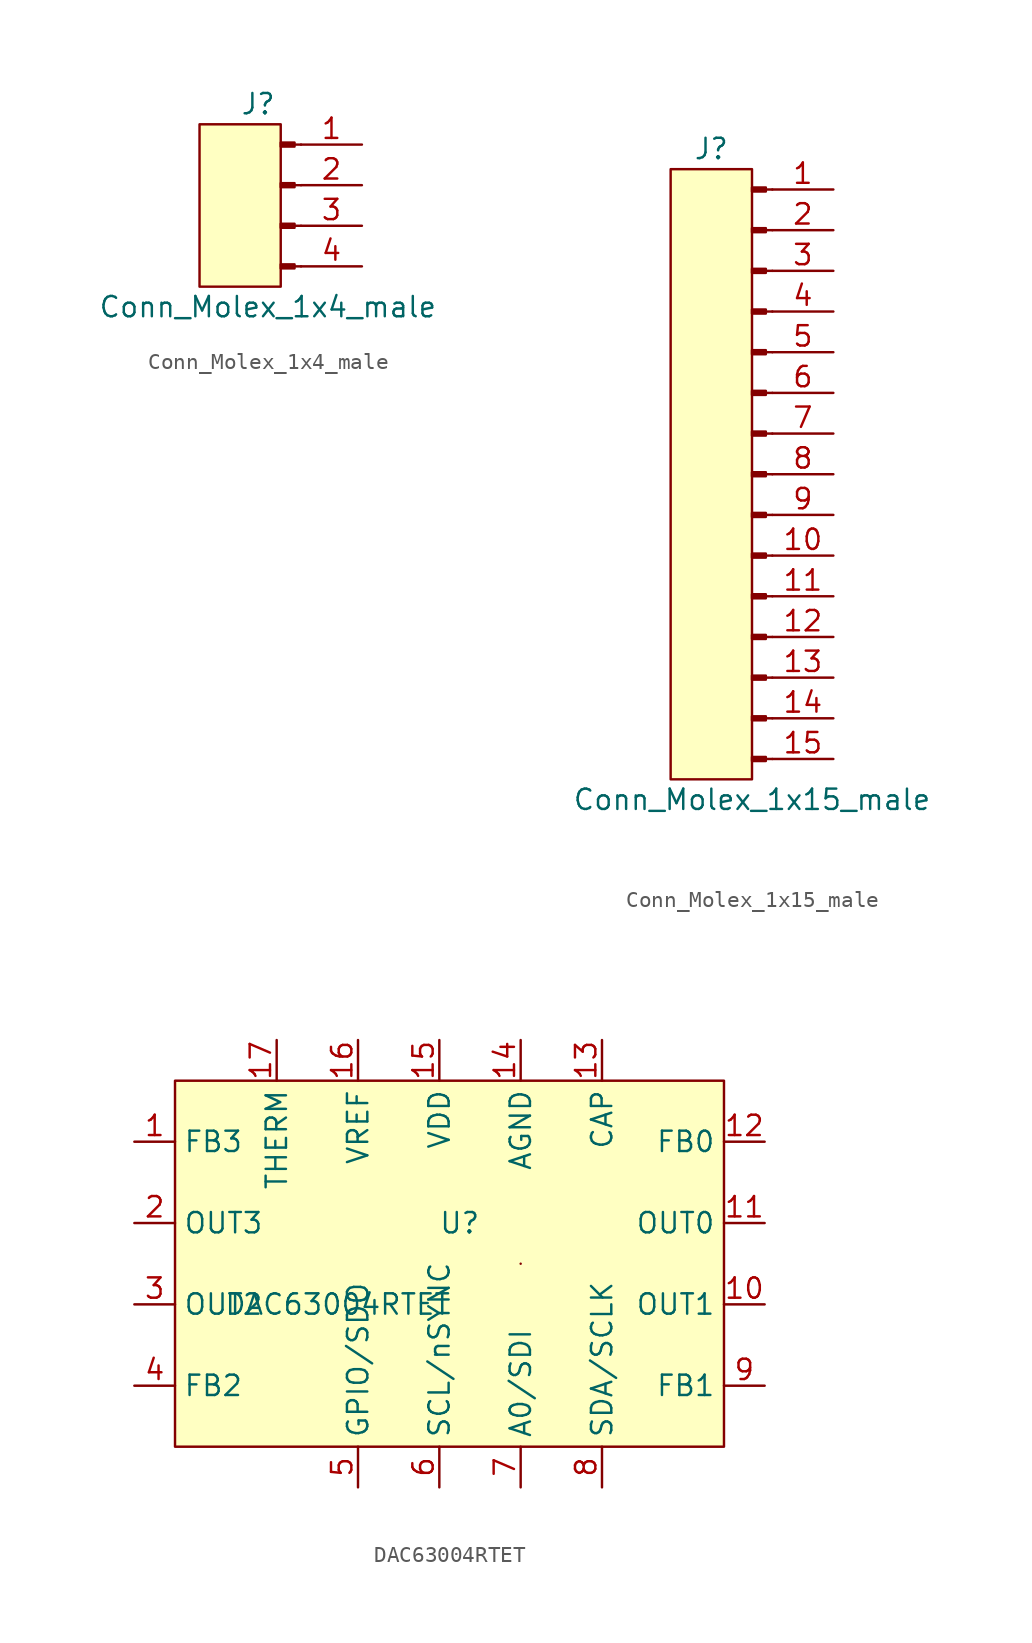
<source format=kicad_sym>
(kicad_symbol_lib
  (version 20220914)
  (generator kicad_symbol_editor)
  (symbol "Conn_Molex_1x4_male"
    (pin_names
      (offset 0.762))
    (property "Reference" "J"
      (at -2.54 6.35 0)
      (effects (font (size 1.27 1.27)) (justify left)))
    (property "Value" "Conn_Molex_1x4_male"
      (at -11.43 -6.35 0)
      (effects (font (size 1.27 1.27)) (justify left)))
    (symbol "Conn_Molex_1x4_male_0_1"
      (rectangle (start -5.08 5.08) (end 0 -5.08) (stroke (width 0.152) (type solid)) (fill (type background))))
    (symbol "Conn_Molex_1x4_male_1_1"
      (polyline (pts (xy 1.27 -3.81) (xy 0.864 -3.81)) (stroke (width 0.152) (type solid)) (fill (type none)))
      (polyline (pts (xy 1.27 -1.27) (xy 0.864 -1.27)) (stroke (width 0.152) (type solid)) (fill (type none)))
      (polyline (pts (xy 1.27 1.27) (xy 0.864 1.27)) (stroke (width 0.152) (type solid)) (fill (type none)))
      (polyline (pts (xy 1.27 3.81) (xy 0.864 3.81)) (stroke (width 0.152) (type solid)) (fill (type none)))
      (rectangle (start 0.864 -3.683) (end 0 -3.937) (stroke (width 0.152) (type solid)) (fill (type outline)))
      (rectangle (start 0.864 -1.143) (end 0 -1.397) (stroke (width 0.152) (type solid)) (fill (type outline)))
      (rectangle (start 0.864 1.397) (end 0 1.143) (stroke (width 0.152) (type solid)) (fill (type outline)))
      (rectangle (start 0.864 3.937) (end 0 3.683) (stroke (width 0.152) (type solid)) (fill (type outline)))
      (pin passive line (at 5.08 3.81 180) (length 3.81) (name "~" (effects (font (size 1.27 1.27)))) (number "1" (effects (font (size 1.27 1.27)))))
      (pin passive line (at 5.08 1.27 180) (length 3.81) (name "~" (effects (font (size 1.27 1.27)))) (number "2" (effects (font (size 1.27 1.27)))))
      (pin passive line (at 5.08 -1.27 180) (length 3.81) (name "~" (effects (font (size 1.27 1.27)))) (number "3" (effects (font (size 1.27 1.27)))))
      (pin passive line (at 5.08 -3.81 180) (length 3.81) (name "~" (effects (font (size 1.27 1.27)))) (number "4" (effects (font (size 1.27 1.27)))))))
  (symbol "Conn_Molex_1x15_male"
    (pin_names
      (offset 1.016) hide)
    (property "Reference" "J"
      (at -2.54 20.32 0)
      (effects (font (size 1.27 1.27))))
    (property "Value" "Conn_Molex_1x15_male"
      (at 0 -20.32 0)
      (effects (font (size 1.27 1.27))))
    (symbol "Conn_Molex_1x15_male_0_1"
      (rectangle (start -5.08 19.05) (end 0 -19.05) (stroke (width 0.152) (type solid)) (fill (type background))))
    (symbol "Conn_Molex_1x15_male_1_1"
      (polyline (pts (xy 1.27 -17.78) (xy 0.864 -17.78)) (stroke (width 0.152) (type solid)) (fill (type none)))
      (polyline (pts (xy 1.27 -15.24) (xy 0.864 -15.24)) (stroke (width 0.152) (type solid)) (fill (type none)))
      (polyline (pts (xy 1.27 -12.7) (xy 0.864 -12.7)) (stroke (width 0.152) (type solid)) (fill (type none)))
      (polyline (pts (xy 1.27 -10.16) (xy 0.864 -10.16)) (stroke (width 0.152) (type solid)) (fill (type none)))
      (polyline (pts (xy 1.27 -7.62) (xy 0.864 -7.62)) (stroke (width 0.152) (type solid)) (fill (type none)))
      (polyline (pts (xy 1.27 -5.08) (xy 0.864 -5.08)) (stroke (width 0.152) (type solid)) (fill (type none)))
      (polyline (pts (xy 1.27 -2.54) (xy 0.864 -2.54)) (stroke (width 0.152) (type solid)) (fill (type none)))
      (polyline (pts (xy 1.27 0) (xy 0.864 0)) (stroke (width 0.152) (type solid)) (fill (type none)))
      (polyline (pts (xy 1.27 2.54) (xy 0.864 2.54)) (stroke (width 0.152) (type solid)) (fill (type none)))
      (polyline (pts (xy 1.27 5.08) (xy 0.864 5.08)) (stroke (width 0.152) (type solid)) (fill (type none)))
      (polyline (pts (xy 1.27 7.62) (xy 0.864 7.62)) (stroke (width 0.152) (type solid)) (fill (type none)))
      (polyline (pts (xy 1.27 10.16) (xy 0.864 10.16)) (stroke (width 0.152) (type solid)) (fill (type none)))
      (polyline (pts (xy 1.27 12.7) (xy 0.864 12.7)) (stroke (width 0.152) (type solid)) (fill (type none)))
      (polyline (pts (xy 1.27 15.24) (xy 0.864 15.24)) (stroke (width 0.152) (type solid)) (fill (type none)))
      (polyline (pts (xy 1.27 17.78) (xy 0.864 17.78)) (stroke (width 0.152) (type solid)) (fill (type none)))
      (rectangle (start 0.864 -17.653) (end 0 -17.907) (stroke (width 0.152) (type solid)) (fill (type outline)))
      (rectangle (start 0.864 -15.113) (end 0 -15.367) (stroke (width 0.152) (type solid)) (fill (type outline)))
      (rectangle (start 0.864 -12.573) (end 0 -12.827) (stroke (width 0.152) (type solid)) (fill (type outline)))
      (rectangle (start 0.864 -10.033) (end 0 -10.287) (stroke (width 0.152) (type solid)) (fill (type outline)))
      (rectangle (start 0.864 -7.493) (end 0 -7.747) (stroke (width 0.152) (type solid)) (fill (type outline)))
      (rectangle (start 0.864 -4.953) (end 0 -5.207) (stroke (width 0.152) (type solid)) (fill (type outline)))
      (rectangle (start 0.864 -2.413) (end 0 -2.667) (stroke (width 0.152) (type solid)) (fill (type outline)))
      (rectangle (start 0.864 0.127) (end 0 -0.127) (stroke (width 0.152) (type solid)) (fill (type outline)))
      (rectangle (start 0.864 2.667) (end 0 2.413) (stroke (width 0.152) (type solid)) (fill (type outline)))
      (rectangle (start 0.864 5.207) (end 0 4.953) (stroke (width 0.152) (type solid)) (fill (type outline)))
      (rectangle (start 0.864 7.747) (end 0 7.493) (stroke (width 0.152) (type solid)) (fill (type outline)))
      (rectangle (start 0.864 10.287) (end 0 10.033) (stroke (width 0.152) (type solid)) (fill (type outline)))
      (rectangle (start 0.864 12.827) (end 0 12.573) (stroke (width 0.152) (type solid)) (fill (type outline)))
      (rectangle (start 0.864 15.367) (end 0 15.113) (stroke (width 0.152) (type solid)) (fill (type outline)))
      (rectangle (start 0.864 17.907) (end 0 17.653) (stroke (width 0.152) (type solid)) (fill (type outline)))
      (pin passive line (at 5.08 17.78 180) (length 3.81) (name "Pin_1" (effects (font (size 1.27 1.27)))) (number "1" (effects (font (size 1.27 1.27)))))
      (pin passive line (at 5.08 -5.08 180) (length 3.81) (name "Pin_10" (effects (font (size 1.27 1.27)))) (number "10" (effects (font (size 1.27 1.27)))))
      (pin passive line (at 5.08 -7.62 180) (length 3.81) (name "Pin_11" (effects (font (size 1.27 1.27)))) (number "11" (effects (font (size 1.27 1.27)))))
      (pin passive line (at 5.08 -10.16 180) (length 3.81) (name "Pin_12" (effects (font (size 1.27 1.27)))) (number "12" (effects (font (size 1.27 1.27)))))
      (pin passive line (at 5.08 -12.7 180) (length 3.81) (name "Pin_13" (effects (font (size 1.27 1.27)))) (number "13" (effects (font (size 1.27 1.27)))))
      (pin passive line (at 5.08 -15.24 180) (length 3.81) (name "Pin_14" (effects (font (size 1.27 1.27)))) (number "14" (effects (font (size 1.27 1.27)))))
      (pin passive line (at 5.08 -17.78 180) (length 3.81) (name "Pin_15" (effects (font (size 1.27 1.27)))) (number "15" (effects (font (size 1.27 1.27)))))
      (pin passive line (at 5.08 15.24 180) (length 3.81) (name "Pin_2" (effects (font (size 1.27 1.27)))) (number "2" (effects (font (size 1.27 1.27)))))
      (pin passive line (at 5.08 12.7 180) (length 3.81) (name "Pin_3" (effects (font (size 1.27 1.27)))) (number "3" (effects (font (size 1.27 1.27)))))
      (pin passive line (at 5.08 10.16 180) (length 3.81) (name "Pin_4" (effects (font (size 1.27 1.27)))) (number "4" (effects (font (size 1.27 1.27)))))
      (pin passive line (at 5.08 7.62 180) (length 3.81) (name "Pin_5" (effects (font (size 1.27 1.27)))) (number "5" (effects (font (size 1.27 1.27)))))
      (pin passive line (at 5.08 5.08 180) (length 3.81) (name "Pin_6" (effects (font (size 1.27 1.27)))) (number "6" (effects (font (size 1.27 1.27)))))
      (pin passive line (at 5.08 2.54 180) (length 3.81) (name "Pin_7" (effects (font (size 1.27 1.27)))) (number "7" (effects (font (size 1.27 1.27)))))
      (pin passive line (at 5.08 0 180) (length 3.81) (name "Pin_8" (effects (font (size 1.27 1.27)))) (number "8" (effects (font (size 1.27 1.27)))))
      (pin passive line (at 5.08 -2.54 180) (length 3.81) (name "Pin_9" (effects (font (size 1.27 1.27)))) (number "9" (effects (font (size 1.27 1.27)))))))
  (symbol "DAC63004RTET"
    (property "Reference" "U"
      (at 0 2.54 0)
      (effects (font (size 1.27 1.27))))
    (property "Value" "DAC63004RTET"
      (at -7.62 -2.54 0)
      (effects (font (size 1.27 1.27))))
    (symbol "DAC63004RTET_0_1"
      (rectangle (start -17.78 11.43) (end 16.51 -11.43) (stroke (width 0) (type default)) (fill (type background)))
      (rectangle (start 3.81 0) (end 3.81 0) (stroke (width 0) (type default)) (fill (type none))))
    (symbol "DAC63004RTET_1_1"
      (pin input line (at -20.32 7.62 0) (length 2.54) (name "FB3" (effects (font (size 1.27 1.27)))) (number "1" (effects (font (size 1.27 1.27)))))
      (pin output line (at 19.05 -2.54 180) (length 2.54) (name "OUT1" (effects (font (size 1.27 1.27)))) (number "10" (effects (font (size 1.27 1.27)))))
      (pin output line (at 19.05 2.54 180) (length 2.54) (name "OUT0" (effects (font (size 1.27 1.27)))) (number "11" (effects (font (size 1.27 1.27)))))
      (pin input line (at 19.05 7.62 180) (length 2.54) (name "FB0" (effects (font (size 1.27 1.27)))) (number "12" (effects (font (size 1.27 1.27)))))
      (pin passive line (at 8.89 13.97 270) (length 2.54) (name "CAP" (effects (font (size 1.27 1.27)))) (number "13" (effects (font (size 1.27 1.27)))))
      (pin power_in line (at 3.81 13.97 270) (length 2.54) (name "AGND" (effects (font (size 1.27 1.27)))) (number "14" (effects (font (size 1.27 1.27)))))
      (pin power_in line (at -1.27 13.97 270) (length 2.54) (name "VDD" (effects (font (size 1.27 1.27)))) (number "15" (effects (font (size 1.27 1.27)))))
      (pin power_in line (at -6.35 13.97 270) (length 2.54) (name "VREF" (effects (font (size 1.27 1.27)))) (number "16" (effects (font (size 1.27 1.27)))))
      (pin passive line (at -11.43 13.97 270) (length 2.54) (name "THERM" (effects (font (size 1.27 1.27)))) (number "17" (effects (font (size 1.27 1.27)))))
      (pin output line (at -20.32 2.54 0) (length 2.54) (name "OUT3" (effects (font (size 1.27 1.27)))) (number "2" (effects (font (size 1.27 1.27)))))
      (pin output line (at -20.32 -2.54 0) (length 2.54) (name "OUT2" (effects (font (size 1.27 1.27)))) (number "3" (effects (font (size 1.27 1.27)))))
      (pin input line (at -20.32 -7.62 0) (length 2.54) (name "FB2" (effects (font (size 1.27 1.27)))) (number "4" (effects (font (size 1.27 1.27)))))
      (pin bidirectional line (at -6.35 -13.97 90) (length 2.54) (name "GPIO/SDO" (effects (font (size 1.27 1.27)))) (number "5" (effects (font (size 1.27 1.27)))))
      (pin output line (at -1.27 -13.97 90) (length 2.54) (name "SCL/nSYNC" (effects (font (size 1.27 1.27)))) (number "6" (effects (font (size 1.27 1.27)))))
      (pin input line (at 3.81 -13.97 90) (length 2.54) (name "A0/SDI" (effects (font (size 1.27 1.27)))) (number "7" (effects (font (size 1.27 1.27)))))
      (pin bidirectional line (at 8.89 -13.97 90) (length 2.54) (name "SDA/SCLK" (effects (font (size 1.27 1.27)))) (number "8" (effects (font (size 1.27 1.27)))))
      (pin input line (at 19.05 -7.62 180) (length 2.54) (name "FB1" (effects (font (size 1.27 1.27)))) (number "9" (effects (font (size 1.27 1.27))))))))
</source>
